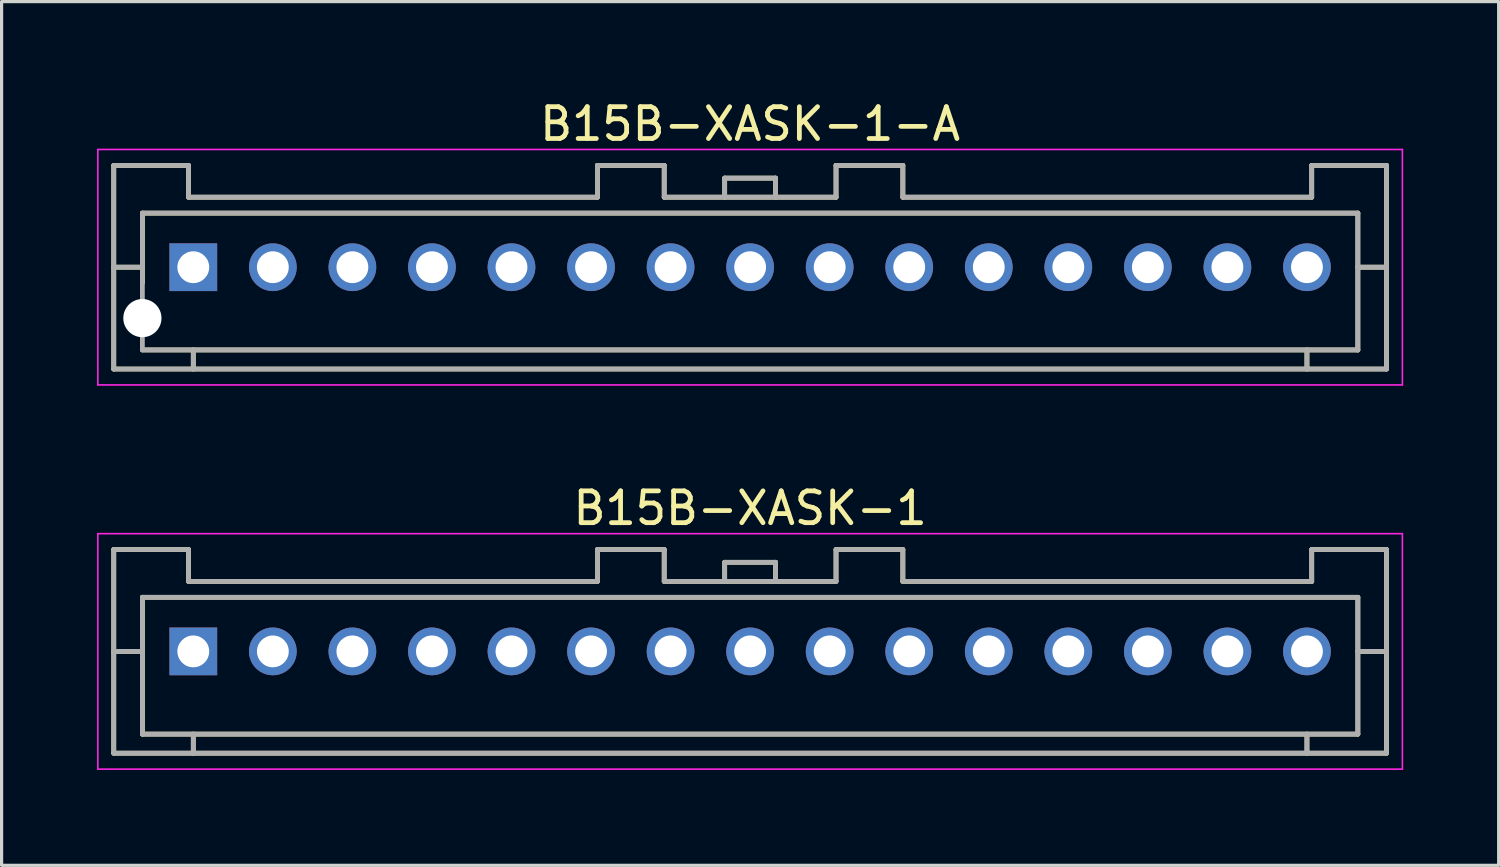
<source format=kicad_pcb>
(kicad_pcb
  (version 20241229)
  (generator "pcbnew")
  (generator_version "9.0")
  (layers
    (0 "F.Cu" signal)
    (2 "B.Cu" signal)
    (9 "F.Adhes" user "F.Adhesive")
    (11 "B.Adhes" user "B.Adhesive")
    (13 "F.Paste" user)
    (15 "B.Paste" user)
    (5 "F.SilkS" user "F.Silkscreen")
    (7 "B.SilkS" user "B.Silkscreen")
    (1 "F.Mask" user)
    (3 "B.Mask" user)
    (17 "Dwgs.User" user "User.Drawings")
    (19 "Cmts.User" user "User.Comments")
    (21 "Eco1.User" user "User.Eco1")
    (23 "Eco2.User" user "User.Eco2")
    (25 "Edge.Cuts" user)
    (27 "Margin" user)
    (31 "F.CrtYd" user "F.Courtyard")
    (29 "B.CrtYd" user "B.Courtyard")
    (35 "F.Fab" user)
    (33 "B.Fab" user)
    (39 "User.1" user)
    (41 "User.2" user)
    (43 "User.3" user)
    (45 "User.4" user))
  (footprint "B15B-XASK-1-A"
    (layer "F.Cu")
    (at 20.525 5.348)
    (property "Reference" "B15B-XASK-1-A" (at 0 -4.5 0) (layer "F.SilkS") (effects (font (size 1 1) (thickness 0.15))))
    (attr smd)
    (fp_line (start -20 -3.2) (end -20 3.2) (stroke (width 0.15) (type solid)) (layer "F.SilkS"))
    (fp_line (start -20 -3.2) (end -17.65 -3.2) (stroke (width 0.15) (type solid)) (layer "F.SilkS"))
    (fp_line (start -20 0) (end -19.1 0) (stroke (width 0.15) (type solid)) (layer "F.SilkS"))
    (fp_line (start -20 3.2) (end 20 3.2) (stroke (width 0.15) (type solid)) (layer "F.SilkS"))
    (fp_line (start -19.1 -1.7) (end -19.1 0.5) (stroke (width 0.15) (type solid)) (layer "F.SilkS"))
    (fp_line (start -19.1 -1.7) (end 19.1 -1.7) (stroke (width 0.15) (type solid)) (layer "F.SilkS"))
    (fp_line (start -19.1 2.6) (end 19.1 2.6) (stroke (width 0.15) (type solid)) (layer "F.SilkS"))
    (fp_line (start -17.65 -3.2) (end -17.65 -2.2) (stroke (width 0.15) (type solid)) (layer "F.SilkS"))
    (fp_line (start -17.65 -2.2) (end -4.8 -2.2) (stroke (width 0.15) (type solid)) (layer "F.SilkS"))
    (fp_line (start -17.5 2.6) (end -17.5 3.2) (stroke (width 0.15) (type solid)) (layer "F.SilkS"))
    (fp_line (start -4.8 -3.2) (end -4.8 -2.2) (stroke (width 0.15) (type solid)) (layer "F.SilkS"))
    (fp_line (start -4.8 -3.2) (end -2.7 -3.2) (stroke (width 0.15) (type solid)) (layer "F.SilkS"))
    (fp_line (start -2.7 -3.2) (end -2.7 -2.2) (stroke (width 0.15) (type solid)) (layer "F.SilkS"))
    (fp_line (start -2.7 -2.2) (end 2.7 -2.2) (stroke (width 0.15) (type solid)) (layer "F.SilkS"))
    (fp_line (start -0.8 -2.8) (end -0.8 -2.2) (stroke (width 0.15) (type solid)) (layer "F.SilkS"))
    (fp_line (start -0.8 -2.8) (end 0.8 -2.8) (stroke (width 0.15) (type solid)) (layer "F.SilkS"))
    (fp_line (start 0.8 -2.8) (end 0.8 -2.2) (stroke (width 0.15) (type solid)) (layer "F.SilkS"))
    (fp_line (start 2.7 -3.2) (end 2.7 -2.2) (stroke (width 0.15) (type solid)) (layer "F.SilkS"))
    (fp_line (start 2.7 -3.2) (end 4.8 -3.2) (stroke (width 0.15) (type solid)) (layer "F.SilkS"))
    (fp_line (start 4.8 -3.2) (end 4.8 -2.2) (stroke (width 0.15) (type solid)) (layer "F.SilkS"))
    (fp_line (start 4.8 -2.2) (end 17.65 -2.2) (stroke (width 0.15) (type solid)) (layer "F.SilkS"))
    (fp_line (start 17.5 2.6) (end 17.5 3.2) (stroke (width 0.15) (type solid)) (layer "F.SilkS"))
    (fp_line (start 17.65 -3.2) (end 17.65 -2.2) (stroke (width 0.15) (type solid)) (layer "F.SilkS"))
    (fp_line (start 17.65 -3.2) (end 20 -3.2) (stroke (width 0.15) (type solid)) (layer "F.SilkS"))
    (fp_line (start 19.1 -1.7) (end 19.1 2.6) (stroke (width 0.15) (type solid)) (layer "F.SilkS"))
    (fp_line (start 19.1 0) (end 20 0) (stroke (width 0.15) (type solid)) (layer "F.SilkS"))
    (fp_line (start 20 -3.2) (end 20 3.2) (stroke (width 0.15) (type solid)) (layer "F.SilkS"))
    (fp_line (start -20.5 -3.7) (end -20.5 3.7) (stroke (width 0.05) (type solid)) (layer "F.CrtYd"))
    (fp_line (start -20.5 -3.7) (end 20.5 -3.7) (stroke (width 0.05) (type solid)) (layer "F.CrtYd"))
    (fp_line (start -20.5 3.7) (end 20.5 3.7) (stroke (width 0.05) (type solid)) (layer "F.CrtYd"))
    (fp_line (start 20.5 -3.7) (end 20.5 3.7) (stroke (width 0.05) (type solid)) (layer "F.CrtYd"))
    (fp_line (start -20 -3.2) (end -20 3.2) (stroke (width 0.15) (type solid)) (layer "F.Fab"))
    (fp_line (start -20 -3.2) (end -17.65 -3.2) (stroke (width 0.15) (type solid)) (layer "F.Fab"))
    (fp_line (start -20 0) (end -19.1 0) (stroke (width 0.15) (type solid)) (layer "F.Fab"))
    (fp_line (start -20 3.2) (end 20 3.2) (stroke (width 0.15) (type solid)) (layer "F.Fab"))
    (fp_line (start -19.1 -1.7) (end -19.1 2.6) (stroke (width 0.15) (type solid)) (layer "F.Fab"))
    (fp_line (start -19.1 -1.7) (end 19.1 -1.7) (stroke (width 0.15) (type solid)) (layer "F.Fab"))
    (fp_line (start -19.1 2.6) (end 19.1 2.6) (stroke (width 0.15) (type solid)) (layer "F.Fab"))
    (fp_line (start -17.65 -3.2) (end -17.65 -2.2) (stroke (width 0.15) (type solid)) (layer "F.Fab"))
    (fp_line (start -17.65 -2.2) (end -4.8 -2.2) (stroke (width 0.15) (type solid)) (layer "F.Fab"))
    (fp_line (start -17.5 2.6) (end -17.5 3.2) (stroke (width 0.15) (type solid)) (layer "F.Fab"))
    (fp_line (start -4.8 -3.2) (end -4.8 -2.2) (stroke (width 0.15) (type solid)) (layer "F.Fab"))
    (fp_line (start -4.8 -3.2) (end -2.7 -3.2) (stroke (width 0.15) (type solid)) (layer "F.Fab"))
    (fp_line (start -2.7 -3.2) (end -2.7 -2.2) (stroke (width 0.15) (type solid)) (layer "F.Fab"))
    (fp_line (start -2.7 -2.2) (end 2.7 -2.2) (stroke (width 0.15) (type solid)) (layer "F.Fab"))
    (fp_line (start -0.8 -2.8) (end -0.8 -2.2) (stroke (width 0.15) (type solid)) (layer "F.Fab"))
    (fp_line (start -0.8 -2.8) (end 0.8 -2.8) (stroke (width 0.15) (type solid)) (layer "F.Fab"))
    (fp_line (start 0.8 -2.8) (end 0.8 -2.2) (stroke (width 0.15) (type solid)) (layer "F.Fab"))
    (fp_line (start 2.7 -3.2) (end 2.7 -2.2) (stroke (width 0.15) (type solid)) (layer "F.Fab"))
    (fp_line (start 2.7 -3.2) (end 4.8 -3.2) (stroke (width 0.15) (type solid)) (layer "F.Fab"))
    (fp_line (start 4.8 -3.2) (end 4.8 -2.2) (stroke (width 0.15) (type solid)) (layer "F.Fab"))
    (fp_line (start 4.8 -2.2) (end 17.65 -2.2) (stroke (width 0.15) (type solid)) (layer "F.Fab"))
    (fp_line (start 17.5 2.6) (end 17.5 3.2) (stroke (width 0.15) (type solid)) (layer "F.Fab"))
    (fp_line (start 17.65 -3.2) (end 17.65 -2.2) (stroke (width 0.15) (type solid)) (layer "F.Fab"))
    (fp_line (start 17.65 -3.2) (end 20 -3.2) (stroke (width 0.15) (type solid)) (layer "F.Fab"))
    (fp_line (start 19.1 -1.7) (end 19.1 2.6) (stroke (width 0.15) (type solid)) (layer "F.Fab"))
    (fp_line (start 19.1 0) (end 20 0) (stroke (width 0.15) (type solid)) (layer "F.Fab"))
    (fp_line (start 20 -3.2) (end 20 3.2) (stroke (width 0.15) (type solid)) (layer "F.Fab"))
    (pad "" np_thru_hole circle (at -19.1 1.6) (size 1.2 1.2) (drill 1.2) (layers "*.Cu" "*.Mask"))
    (pad "1" thru_hole rect (at -17.5 0) (size 1.5 1.5) (drill 1) (layers "*.Cu" "*.Mask"))
    (pad "2" thru_hole circle (at -15 0) (size 1.5 1.5) (drill 1) (layers "*.Cu" "*.Mask"))
    (pad "3" thru_hole circle (at -12.5 0) (size 1.5 1.5) (drill 1) (layers "*.Cu" "*.Mask"))
    (pad "4" thru_hole circle (at -10 0) (size 1.5 1.5) (drill 1) (layers "*.Cu" "*.Mask"))
    (pad "5" thru_hole circle (at -7.5 0) (size 1.5 1.5) (drill 1) (layers "*.Cu" "*.Mask"))
    (pad "6" thru_hole circle (at -5 0) (size 1.5 1.5) (drill 1) (layers "*.Cu" "*.Mask"))
    (pad "7" thru_hole circle (at -2.5 0) (size 1.5 1.5) (drill 1) (layers "*.Cu" "*.Mask"))
    (pad "8" thru_hole circle (at 0 0) (size 1.5 1.5) (drill 1) (layers "*.Cu" "*.Mask"))
    (pad "9" thru_hole circle (at 2.5 0) (size 1.5 1.5) (drill 1) (layers "*.Cu" "*.Mask"))
    (pad "10" thru_hole circle (at 5 0) (size 1.5 1.5) (drill 1) (layers "*.Cu" "*.Mask"))
    (pad "11" thru_hole circle (at 7.5 0) (size 1.5 1.5) (drill 1) (layers "*.Cu" "*.Mask"))
    (pad "12" thru_hole circle (at 10 0) (size 1.5 1.5) (drill 1) (layers "*.Cu" "*.Mask"))
    (pad "13" thru_hole circle (at 12.5 0) (size 1.5 1.5) (drill 1) (layers "*.Cu" "*.Mask"))
    (pad "14" thru_hole circle (at 15 0) (size 1.5 1.5) (drill 1) (layers "*.Cu" "*.Mask"))
    (pad "15" thru_hole circle (at 17.5 0) (size 1.5 1.5) (drill 1) (layers "*.Cu" "*.Mask")))
  (footprint "B15B-XASK-1"
    (layer "F.Cu")
    (at 20.525 17.422)
    (property "Reference" "B15B-XASK-1" (at 0 -4.5 0) (layer "F.SilkS") (effects (font (size 1 1) (thickness 0.15))))
    (attr smd)
    (fp_line (start -20 -3.2) (end -20 3.2) (stroke (width 0.15) (type solid)) (layer "F.SilkS"))
    (fp_line (start -20 -3.2) (end -17.65 -3.2) (stroke (width 0.15) (type solid)) (layer "F.SilkS"))
    (fp_line (start -20 0) (end -19.1 0) (stroke (width 0.15) (type solid)) (layer "F.SilkS"))
    (fp_line (start -20 3.2) (end 20 3.2) (stroke (width 0.15) (type solid)) (layer "F.SilkS"))
    (fp_line (start -19.1 -1.7) (end -19.1 2.6) (stroke (width 0.15) (type solid)) (layer "F.SilkS"))
    (fp_line (start -19.1 -1.7) (end 19.1 -1.7) (stroke (width 0.15) (type solid)) (layer "F.SilkS"))
    (fp_line (start -19.1 2.6) (end 19.1 2.6) (stroke (width 0.15) (type solid)) (layer "F.SilkS"))
    (fp_line (start -17.65 -3.2) (end -17.65 -2.2) (stroke (width 0.15) (type solid)) (layer "F.SilkS"))
    (fp_line (start -17.65 -2.2) (end -4.8 -2.2) (stroke (width 0.15) (type solid)) (layer "F.SilkS"))
    (fp_line (start -17.5 2.6) (end -17.5 3.2) (stroke (width 0.15) (type solid)) (layer "F.SilkS"))
    (fp_line (start -4.8 -3.2) (end -4.8 -2.2) (stroke (width 0.15) (type solid)) (layer "F.SilkS"))
    (fp_line (start -4.8 -3.2) (end -2.7 -3.2) (stroke (width 0.15) (type solid)) (layer "F.SilkS"))
    (fp_line (start -2.7 -3.2) (end -2.7 -2.2) (stroke (width 0.15) (type solid)) (layer "F.SilkS"))
    (fp_line (start -2.7 -2.2) (end 2.7 -2.2) (stroke (width 0.15) (type solid)) (layer "F.SilkS"))
    (fp_line (start -0.8 -2.8) (end -0.8 -2.2) (stroke (width 0.15) (type solid)) (layer "F.SilkS"))
    (fp_line (start -0.8 -2.8) (end 0.8 -2.8) (stroke (width 0.15) (type solid)) (layer "F.SilkS"))
    (fp_line (start 0.8 -2.8) (end 0.8 -2.2) (stroke (width 0.15) (type solid)) (layer "F.SilkS"))
    (fp_line (start 2.7 -3.2) (end 2.7 -2.2) (stroke (width 0.15) (type solid)) (layer "F.SilkS"))
    (fp_line (start 2.7 -3.2) (end 4.8 -3.2) (stroke (width 0.15) (type solid)) (layer "F.SilkS"))
    (fp_line (start 4.8 -3.2) (end 4.8 -2.2) (stroke (width 0.15) (type solid)) (layer "F.SilkS"))
    (fp_line (start 4.8 -2.2) (end 17.65 -2.2) (stroke (width 0.15) (type solid)) (layer "F.SilkS"))
    (fp_line (start 17.5 2.6) (end 17.5 3.2) (stroke (width 0.15) (type solid)) (layer "F.SilkS"))
    (fp_line (start 17.65 -3.2) (end 17.65 -2.2) (stroke (width 0.15) (type solid)) (layer "F.SilkS"))
    (fp_line (start 17.65 -3.2) (end 20 -3.2) (stroke (width 0.15) (type solid)) (layer "F.SilkS"))
    (fp_line (start 19.1 -1.7) (end 19.1 2.6) (stroke (width 0.15) (type solid)) (layer "F.SilkS"))
    (fp_line (start 19.1 0) (end 20 0) (stroke (width 0.15) (type solid)) (layer "F.SilkS"))
    (fp_line (start 20 -3.2) (end 20 3.2) (stroke (width 0.15) (type solid)) (layer "F.SilkS"))
    (fp_line (start -20.5 -3.7) (end -20.5 3.7) (stroke (width 0.05) (type solid)) (layer "F.CrtYd"))
    (fp_line (start -20.5 -3.7) (end 20.5 -3.7) (stroke (width 0.05) (type solid)) (layer "F.CrtYd"))
    (fp_line (start -20.5 3.7) (end 20.5 3.7) (stroke (width 0.05) (type solid)) (layer "F.CrtYd"))
    (fp_line (start 20.5 -3.7) (end 20.5 3.7) (stroke (width 0.05) (type solid)) (layer "F.CrtYd"))
    (fp_line (start -20 -3.2) (end -20 3.2) (stroke (width 0.15) (type solid)) (layer "F.Fab"))
    (fp_line (start -20 -3.2) (end -17.65 -3.2) (stroke (width 0.15) (type solid)) (layer "F.Fab"))
    (fp_line (start -20 0) (end -19.1 0) (stroke (width 0.15) (type solid)) (layer "F.Fab"))
    (fp_line (start -20 3.2) (end 20 3.2) (stroke (width 0.15) (type solid)) (layer "F.Fab"))
    (fp_line (start -19.1 -1.7) (end -19.1 2.6) (stroke (width 0.15) (type solid)) (layer "F.Fab"))
    (fp_line (start -19.1 -1.7) (end 19.1 -1.7) (stroke (width 0.15) (type solid)) (layer "F.Fab"))
    (fp_line (start -19.1 2.6) (end 19.1 2.6) (stroke (width 0.15) (type solid)) (layer "F.Fab"))
    (fp_line (start -17.65 -3.2) (end -17.65 -2.2) (stroke (width 0.15) (type solid)) (layer "F.Fab"))
    (fp_line (start -17.65 -2.2) (end -4.8 -2.2) (stroke (width 0.15) (type solid)) (layer "F.Fab"))
    (fp_line (start -17.5 2.6) (end -17.5 3.2) (stroke (width 0.15) (type solid)) (layer "F.Fab"))
    (fp_line (start -4.8 -3.2) (end -4.8 -2.2) (stroke (width 0.15) (type solid)) (layer "F.Fab"))
    (fp_line (start -4.8 -3.2) (end -2.7 -3.2) (stroke (width 0.15) (type solid)) (layer "F.Fab"))
    (fp_line (start -2.7 -3.2) (end -2.7 -2.2) (stroke (width 0.15) (type solid)) (layer "F.Fab"))
    (fp_line (start -2.7 -2.2) (end 2.7 -2.2) (stroke (width 0.15) (type solid)) (layer "F.Fab"))
    (fp_line (start -0.8 -2.8) (end -0.8 -2.2) (stroke (width 0.15) (type solid)) (layer "F.Fab"))
    (fp_line (start -0.8 -2.8) (end 0.8 -2.8) (stroke (width 0.15) (type solid)) (layer "F.Fab"))
    (fp_line (start 0.8 -2.8) (end 0.8 -2.2) (stroke (width 0.15) (type solid)) (layer "F.Fab"))
    (fp_line (start 2.7 -3.2) (end 2.7 -2.2) (stroke (width 0.15) (type solid)) (layer "F.Fab"))
    (fp_line (start 2.7 -3.2) (end 4.8 -3.2) (stroke (width 0.15) (type solid)) (layer "F.Fab"))
    (fp_line (start 4.8 -3.2) (end 4.8 -2.2) (stroke (width 0.15) (type solid)) (layer "F.Fab"))
    (fp_line (start 4.8 -2.2) (end 17.65 -2.2) (stroke (width 0.15) (type solid)) (layer "F.Fab"))
    (fp_line (start 17.5 2.6) (end 17.5 3.2) (stroke (width 0.15) (type solid)) (layer "F.Fab"))
    (fp_line (start 17.65 -3.2) (end 17.65 -2.2) (stroke (width 0.15) (type solid)) (layer "F.Fab"))
    (fp_line (start 17.65 -3.2) (end 20 -3.2) (stroke (width 0.15) (type solid)) (layer "F.Fab"))
    (fp_line (start 19.1 -1.7) (end 19.1 2.6) (stroke (width 0.15) (type solid)) (layer "F.Fab"))
    (fp_line (start 19.1 0) (end 20 0) (stroke (width 0.15) (type solid)) (layer "F.Fab"))
    (fp_line (start 20 -3.2) (end 20 3.2) (stroke (width 0.15) (type solid)) (layer "F.Fab"))
    (pad "1" thru_hole rect (at -17.5 0) (size 1.5 1.5) (drill 1) (layers "*.Cu" "*.Mask"))
    (pad "2" thru_hole circle (at -15 0) (size 1.5 1.5) (drill 1) (layers "*.Cu" "*.Mask"))
    (pad "3" thru_hole circle (at -12.5 0) (size 1.5 1.5) (drill 1) (layers "*.Cu" "*.Mask"))
    (pad "4" thru_hole circle (at -10 0) (size 1.5 1.5) (drill 1) (layers "*.Cu" "*.Mask"))
    (pad "5" thru_hole circle (at -7.5 0) (size 1.5 1.5) (drill 1) (layers "*.Cu" "*.Mask"))
    (pad "6" thru_hole circle (at -5 0) (size 1.5 1.5) (drill 1) (layers "*.Cu" "*.Mask"))
    (pad "7" thru_hole circle (at -2.5 0) (size 1.5 1.5) (drill 1) (layers "*.Cu" "*.Mask"))
    (pad "8" thru_hole circle (at 0 0) (size 1.5 1.5) (drill 1) (layers "*.Cu" "*.Mask"))
    (pad "9" thru_hole circle (at 2.5 0) (size 1.5 1.5) (drill 1) (layers "*.Cu" "*.Mask"))
    (pad "10" thru_hole circle (at 5 0) (size 1.5 1.5) (drill 1) (layers "*.Cu" "*.Mask"))
    (pad "11" thru_hole circle (at 7.5 0) (size 1.5 1.5) (drill 1) (layers "*.Cu" "*.Mask"))
    (pad "12" thru_hole circle (at 10 0) (size 1.5 1.5) (drill 1) (layers "*.Cu" "*.Mask"))
    (pad "13" thru_hole circle (at 12.5 0) (size 1.5 1.5) (drill 1) (layers "*.Cu" "*.Mask"))
    (pad "14" thru_hole circle (at 15 0) (size 1.5 1.5) (drill 1) (layers "*.Cu" "*.Mask"))
    (pad "15" thru_hole circle (at 17.5 0) (size 1.5 1.5) (drill 1) (layers "*.Cu" "*.Mask")))
  (gr_rect
    (start -3 -3)
    (end 44.05 24.146)
    (stroke (width 0.1) (type default))
    (fill no)
    (layer "Edge.Cuts")))
</source>
